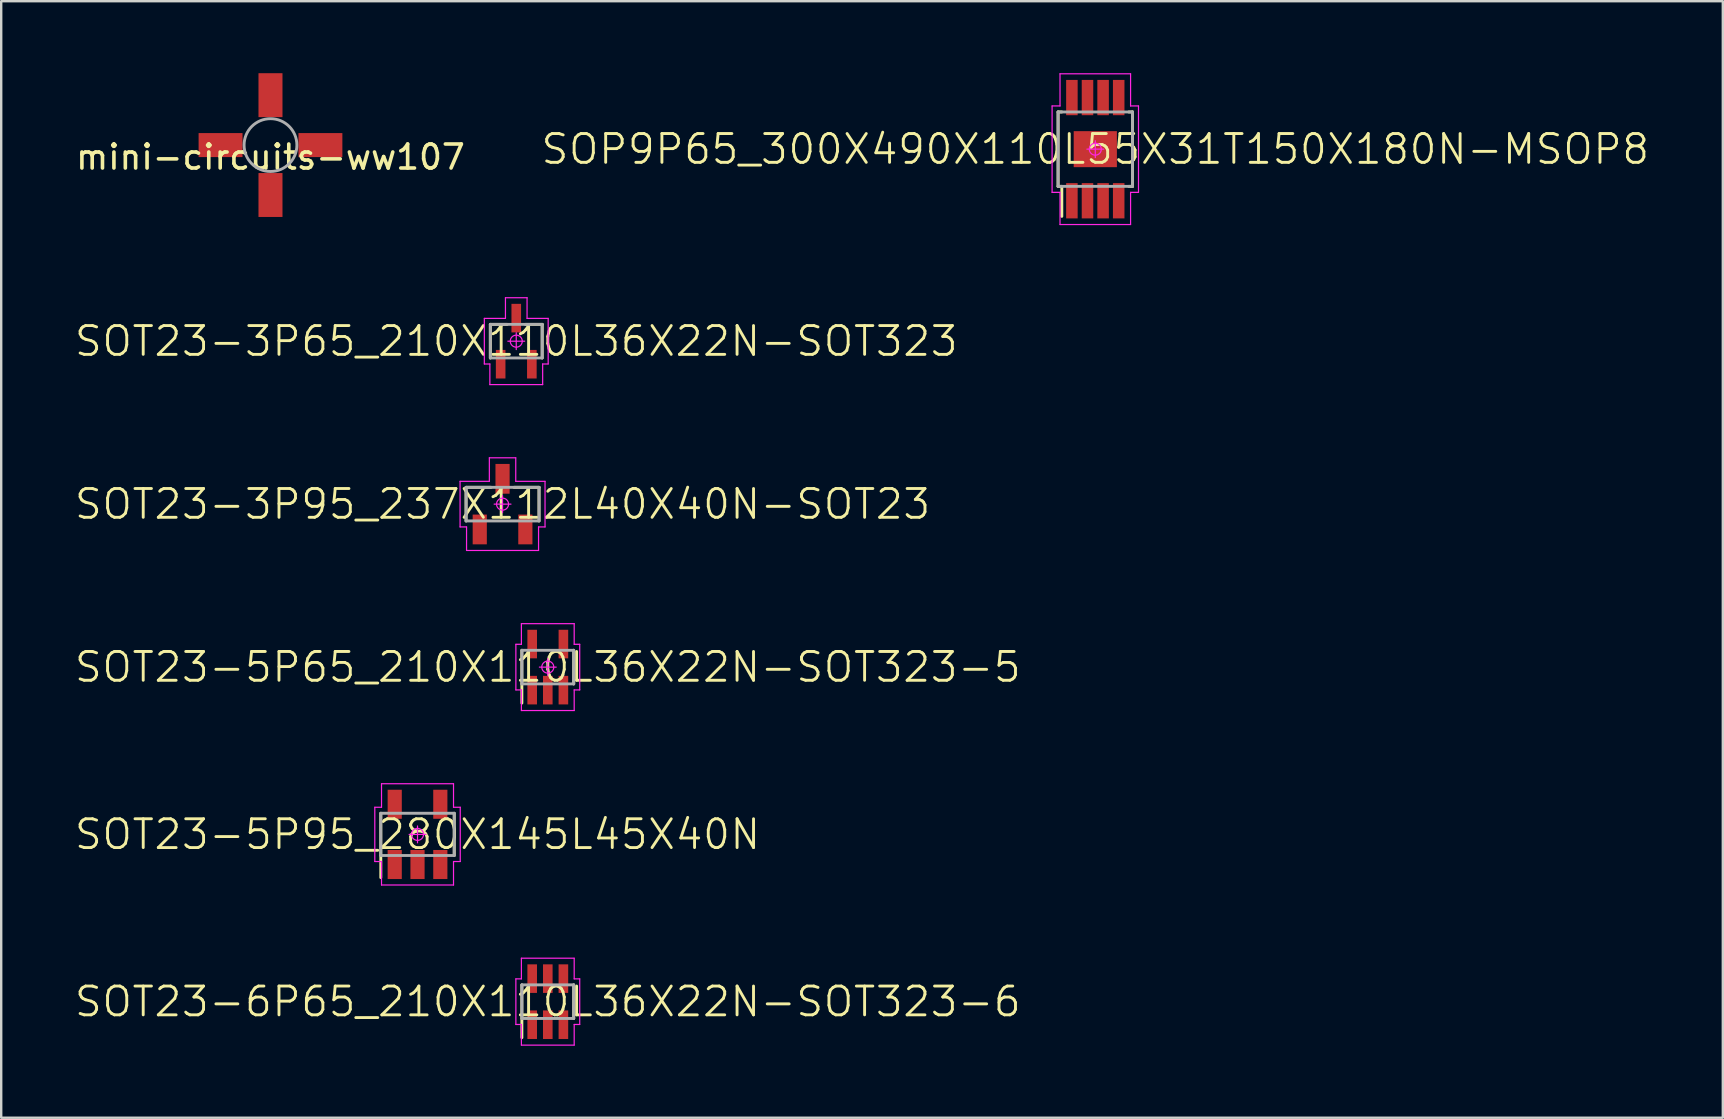
<source format=kicad_pcb>
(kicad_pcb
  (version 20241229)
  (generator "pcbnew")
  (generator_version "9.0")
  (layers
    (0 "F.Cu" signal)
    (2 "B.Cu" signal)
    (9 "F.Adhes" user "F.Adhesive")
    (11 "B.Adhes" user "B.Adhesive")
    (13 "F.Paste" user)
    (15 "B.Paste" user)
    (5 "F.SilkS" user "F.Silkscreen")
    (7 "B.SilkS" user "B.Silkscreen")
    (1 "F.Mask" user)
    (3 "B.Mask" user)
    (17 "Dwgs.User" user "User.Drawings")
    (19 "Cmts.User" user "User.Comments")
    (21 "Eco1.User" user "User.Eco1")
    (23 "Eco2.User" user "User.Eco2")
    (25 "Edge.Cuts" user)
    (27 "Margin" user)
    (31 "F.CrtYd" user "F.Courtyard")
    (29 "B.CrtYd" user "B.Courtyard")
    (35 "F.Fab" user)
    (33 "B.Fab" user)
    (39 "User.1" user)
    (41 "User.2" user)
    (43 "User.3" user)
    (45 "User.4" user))
  (footprint "SOT23-3P95_237X112L40X40N-SOT23"
    (layer "F.Cu")
    (at 17.889 17.955)
    (property "Reference" "SOT23-3P95_237X112L40X40N-SOT23" (at 0 0 0) (layer "F.SilkS") (effects (font (size 1.2 1.2) (thickness 0.12))))
    (attr smd)
    (fp_line (start -1.52 -0.7) (end -0.475 -0.7) (stroke (width 0.12) (type solid)) (layer "F.SilkS"))
    (fp_line (start -1.52 0.7) (end -1.52 -0.7) (stroke (width 0.12) (type solid)) (layer "F.SilkS"))
    (fp_line (start 1.52 -0.7) (end 0.475 -0.7) (stroke (width 0.12) (type solid)) (layer "F.SilkS"))
    (fp_line (start 1.52 0.7) (end 1.52 -0.7) (stroke (width 0.12) (type solid)) (layer "F.SilkS"))
    (fp_line (start -1.77 -0.95) (end -1.77 0.95) (stroke (width 0.05) (type solid)) (layer "F.CrtYd"))
    (fp_line (start -1.77 0.95) (end -1.5 0.95) (stroke (width 0.05) (type solid)) (layer "F.CrtYd"))
    (fp_line (start -1.5 0.95) (end -1.5 1.93) (stroke (width 0.05) (type solid)) (layer "F.CrtYd"))
    (fp_line (start -1.5 1.93) (end 1.5 1.93) (stroke (width 0.05) (type solid)) (layer "F.CrtYd"))
    (fp_line (start -0.55 -1.93) (end -0.55 -0.95) (stroke (width 0.05) (type solid)) (layer "F.CrtYd"))
    (fp_line (start -0.55 -0.95) (end -1.77 -0.95) (stroke (width 0.05) (type solid)) (layer "F.CrtYd"))
    (fp_line (start -0.35 0) (end 0.35 0) (stroke (width 0.05) (type solid)) (layer "F.CrtYd"))
    (fp_line (start 0 -0.35) (end 0 0.35) (stroke (width 0.05) (type solid)) (layer "F.CrtYd"))
    (fp_line (start 0.55 -1.93) (end -0.55 -1.93) (stroke (width 0.05) (type solid)) (layer "F.CrtYd"))
    (fp_line (start 0.55 -0.95) (end 0.55 -1.93) (stroke (width 0.05) (type solid)) (layer "F.CrtYd"))
    (fp_line (start 1.5 0.95) (end 1.77 0.95) (stroke (width 0.05) (type solid)) (layer "F.CrtYd"))
    (fp_line (start 1.5 1.93) (end 1.5 0.95) (stroke (width 0.05) (type solid)) (layer "F.CrtYd"))
    (fp_line (start 1.77 -0.95) (end 0.55 -0.95) (stroke (width 0.05) (type solid)) (layer "F.CrtYd"))
    (fp_line (start 1.77 0.95) (end 1.77 -0.95) (stroke (width 0.05) (type solid)) (layer "F.CrtYd"))
    (fp_circle (center 0 0) (end 0 0.25) (stroke (width 0.05) (type solid)) (fill no) (layer "F.CrtYd"))
    (fp_line (start -1.52 -0.7) (end 1.52 -0.7) (stroke (width 0.12) (type solid)) (layer "F.Fab"))
    (fp_line (start -1.52 0.7) (end -1.52 -0.7) (stroke (width 0.12) (type solid)) (layer "F.Fab"))
    (fp_line (start 1.52 -0.7) (end 1.52 0.7) (stroke (width 0.12) (type solid)) (layer "F.Fab"))
    (fp_line (start 1.52 0.7) (end -1.52 0.7) (stroke (width 0.12) (type solid)) (layer "F.Fab"))
    (pad "1" smd rect (at -0.95 1.055 90) (size 1.24 0.59) (layers "F.Cu" "F.Mask" "F.Paste"))
    (pad "2" smd rect (at 0.95 1.055 90) (size 1.24 0.59) (layers "F.Cu" "F.Mask" "F.Paste"))
    (pad "3" smd rect (at 0 -1.055 90) (size 1.24 0.59) (layers "F.Cu" "F.Mask" "F.Paste")))
  (footprint "mini-circuits-ww107"
    (layer "F.Cu")
    (at 8.22 2.995)
    (property "Reference" "mini-circuits-ww107" (at 0 0.5 0) (layer "F.SilkS") (effects (font (size 1 1) (thickness 0.15))))
    (attr through_hole)
    (fp_circle (center 0 0) (end 1.1 0) (stroke (width 0.12) (type solid)) (fill no) (layer "F.Fab"))
    (pad "1" smd rect (at -2.08 0) (size 1.83 1) (layers "F.Cu" "F.Mask" "F.Paste"))
    (pad "2" smd rect (at 0 2.08 90) (size 1.83 1) (layers "F.Cu" "F.Mask" "F.Paste"))
    (pad "3" smd rect (at 2.08 0 180) (size 1.83 1) (layers "F.Cu" "F.Mask" "F.Paste"))
    (pad "4" smd rect (at 0 -2.08 270) (size 1.83 1) (layers "F.Cu" "F.Mask" "F.Paste")))
  (footprint "SOT23-5P65_210X110L36X22N-SOT323-5"
    (layer "F.Cu")
    (at 19.774 24.745)
    (property "Reference" "SOT23-5P65_210X110L36X22N-SOT323-5" (at 0 0 0) (layer "F.SilkS") (effects (font (size 1.2 1.2) (thickness 0.12))))
    (attr smd)
    (fp_line (start -1.08 1.5) (end -1.08 -0.7) (stroke (width 0.12) (type solid)) (layer "F.SilkS"))
    (fp_line (start 1.08 0.7) (end 1.08 -0.7) (stroke (width 0.12) (type solid)) (layer "F.SilkS"))
    (fp_line (start -1.33 -0.95) (end -1.33 0.95) (stroke (width 0.05) (type solid)) (layer "F.CrtYd"))
    (fp_line (start -1.33 0.95) (end -1.1 0.95) (stroke (width 0.05) (type solid)) (layer "F.CrtYd"))
    (fp_line (start -1.1 -1.81) (end -1.1 -0.95) (stroke (width 0.05) (type solid)) (layer "F.CrtYd"))
    (fp_line (start -1.1 -0.95) (end -1.33 -0.95) (stroke (width 0.05) (type solid)) (layer "F.CrtYd"))
    (fp_line (start -1.1 0.95) (end -1.1 1.81) (stroke (width 0.05) (type solid)) (layer "F.CrtYd"))
    (fp_line (start -1.1 1.81) (end 1.1 1.81) (stroke (width 0.05) (type solid)) (layer "F.CrtYd"))
    (fp_line (start -0.35 0) (end 0.35 0) (stroke (width 0.05) (type solid)) (layer "F.CrtYd"))
    (fp_line (start 0 -0.35) (end 0 0.35) (stroke (width 0.05) (type solid)) (layer "F.CrtYd"))
    (fp_line (start 1.1 -1.81) (end -1.1 -1.81) (stroke (width 0.05) (type solid)) (layer "F.CrtYd"))
    (fp_line (start 1.1 -0.95) (end 1.1 -1.81) (stroke (width 0.05) (type solid)) (layer "F.CrtYd"))
    (fp_line (start 1.1 0.95) (end 1.33 0.95) (stroke (width 0.05) (type solid)) (layer "F.CrtYd"))
    (fp_line (start 1.1 1.81) (end 1.1 0.95) (stroke (width 0.05) (type solid)) (layer "F.CrtYd"))
    (fp_line (start 1.33 -0.95) (end 1.1 -0.95) (stroke (width 0.05) (type solid)) (layer "F.CrtYd"))
    (fp_line (start 1.33 0.95) (end 1.33 -0.95) (stroke (width 0.05) (type solid)) (layer "F.CrtYd"))
    (fp_circle (center 0 0) (end 0 0.25) (stroke (width 0.05) (type solid)) (fill no) (layer "F.CrtYd"))
    (fp_line (start -1.08 -0.7) (end 1.08 -0.7) (stroke (width 0.12) (type solid)) (layer "F.Fab"))
    (fp_line (start -1.08 0.7) (end -1.08 -0.7) (stroke (width 0.12) (type solid)) (layer "F.Fab"))
    (fp_line (start 1.08 -0.7) (end 1.08 0.7) (stroke (width 0.12) (type solid)) (layer "F.Fab"))
    (fp_line (start 1.08 0.7) (end -1.08 0.7) (stroke (width 0.12) (type solid)) (layer "F.Fab"))
    (pad "1" smd rect (at -0.65 0.96 90) (size 1.19 0.4) (layers "F.Cu" "F.Mask" "F.Paste"))
    (pad "2" smd rect (at 0 0.96 90) (size 1.19 0.4) (layers "F.Cu" "F.Mask" "F.Paste"))
    (pad "3" smd rect (at 0.65 0.96 90) (size 1.19 0.4) (layers "F.Cu" "F.Mask" "F.Paste"))
    (pad "4" smd rect (at 0.65 -0.96 90) (size 1.19 0.4) (layers "F.Cu" "F.Mask" "F.Paste"))
    (pad "5" smd rect (at -0.65 -0.96 90) (size 1.19 0.4) (layers "F.Cu" "F.Mask" "F.Paste")))
  (footprint "SOT23-6P65_210X110L36X22N-SOT323-6"
    (layer "F.Cu")
    (at 19.774 38.685)
    (property "Reference" "SOT23-6P65_210X110L36X22N-SOT323-6" (at 0 0 0) (layer "F.SilkS") (effects (font (size 1.2 1.2) (thickness 0.12))))
    (attr smd)
    (fp_line (start -1.08 1.5) (end -1.08 -0.7) (stroke (width 0.12) (type solid)) (layer "F.SilkS"))
    (fp_line (start 1.08 0.7) (end 1.08 -0.7) (stroke (width 0.12) (type solid)) (layer "F.SilkS"))
    (fp_line (start -1.33 -0.95) (end -1.33 0.95) (stroke (width 0.05) (type solid)) (layer "F.CrtYd"))
    (fp_line (start -1.33 0.95) (end -1.1 0.95) (stroke (width 0.05) (type solid)) (layer "F.CrtYd"))
    (fp_line (start -1.1 -1.81) (end -1.1 -0.95) (stroke (width 0.05) (type solid)) (layer "F.CrtYd"))
    (fp_line (start -1.1 -0.95) (end -1.33 -0.95) (stroke (width 0.05) (type solid)) (layer "F.CrtYd"))
    (fp_line (start -1.1 0.95) (end -1.1 1.81) (stroke (width 0.05) (type solid)) (layer "F.CrtYd"))
    (fp_line (start -1.1 1.81) (end 1.1 1.81) (stroke (width 0.05) (type solid)) (layer "F.CrtYd"))
    (fp_line (start 1.1 -1.81) (end -1.1 -1.81) (stroke (width 0.05) (type solid)) (layer "F.CrtYd"))
    (fp_line (start 1.1 -0.95) (end 1.1 -1.81) (stroke (width 0.05) (type solid)) (layer "F.CrtYd"))
    (fp_line (start 1.1 0.95) (end 1.33 0.95) (stroke (width 0.05) (type solid)) (layer "F.CrtYd"))
    (fp_line (start 1.1 1.81) (end 1.1 0.95) (stroke (width 0.05) (type solid)) (layer "F.CrtYd"))
    (fp_line (start 1.33 -0.95) (end 1.1 -0.95) (stroke (width 0.05) (type solid)) (layer "F.CrtYd"))
    (fp_line (start 1.33 0.95) (end 1.33 -0.95) (stroke (width 0.05) (type solid)) (layer "F.CrtYd"))
    (fp_line (start -1.08 -0.7) (end 1.08 -0.7) (stroke (width 0.12) (type solid)) (layer "F.Fab"))
    (fp_line (start -1.08 0.7) (end -1.08 -0.7) (stroke (width 0.12) (type solid)) (layer "F.Fab"))
    (fp_line (start 1.08 -0.7) (end 1.08 0.7) (stroke (width 0.12) (type solid)) (layer "F.Fab"))
    (fp_line (start 1.08 0.7) (end -1.08 0.7) (stroke (width 0.12) (type solid)) (layer "F.Fab"))
    (pad "1" smd rect (at -0.65 0.96 90) (size 1.19 0.4) (layers "F.Cu" "F.Mask" "F.Paste"))
    (pad "2" smd rect (at 0 0.96 90) (size 1.19 0.4) (layers "F.Cu" "F.Mask" "F.Paste"))
    (pad "3" smd rect (at 0.65 0.96 90) (size 1.19 0.4) (layers "F.Cu" "F.Mask" "F.Paste"))
    (pad "4" smd rect (at 0.65 -0.96 90) (size 1.19 0.4) (layers "F.Cu" "F.Mask" "F.Paste"))
    (pad "5" smd rect (at 0 -0.96 90) (size 1.19 0.4) (layers "F.Cu" "F.Mask" "F.Paste"))
    (pad "6" smd rect (at -0.65 -0.96 90) (size 1.19 0.4) (layers "F.Cu" "F.Mask" "F.Paste")))
  (footprint "SOP9P65_300X490X110L55X31T150X180N-MSOP8"
    (layer "F.Cu")
    (at 42.586 3.165)
    (property "Reference" "SOP9P65_300X490X110L55X31T150X180N-MSOP8" (at 0 0 0) (layer "F.SilkS") (effects (font (size 1.2 1.2) (thickness 0.12))))
    (attr smd)
    (fp_line (start -1.55 -1.55) (end -1.395 -1.55) (stroke (width 0.12) (type solid)) (layer "F.SilkS"))
    (fp_line (start -1.55 1.55) (end -1.55 -1.55) (stroke (width 0.12) (type solid)) (layer "F.SilkS"))
    (fp_line (start -1.395 1.55) (end -1.55 1.55) (stroke (width 0.12) (type solid)) (layer "F.SilkS"))
    (fp_line (start -1.395 1.55) (end -1.395 2.8) (stroke (width 0.12) (type solid)) (layer "F.SilkS"))
    (fp_line (start 1.395 1.55) (end 1.55 1.55) (stroke (width 0.12) (type solid)) (layer "F.SilkS"))
    (fp_line (start 1.55 -1.55) (end 1.395 -1.55) (stroke (width 0.12) (type solid)) (layer "F.SilkS"))
    (fp_line (start 1.55 1.55) (end 1.55 -1.55) (stroke (width 0.12) (type solid)) (layer "F.SilkS"))
    (fp_line (start -1.8 -1.8) (end -1.8 1.8) (stroke (width 0.05) (type solid)) (layer "F.CrtYd"))
    (fp_line (start -1.8 1.8) (end -1.47 1.8) (stroke (width 0.05) (type solid)) (layer "F.CrtYd"))
    (fp_line (start -1.47 -3.14) (end -1.47 -1.8) (stroke (width 0.05) (type solid)) (layer "F.CrtYd"))
    (fp_line (start -1.47 -1.8) (end -1.8 -1.8) (stroke (width 0.05) (type solid)) (layer "F.CrtYd"))
    (fp_line (start -1.47 1.8) (end -1.47 3.14) (stroke (width 0.05) (type solid)) (layer "F.CrtYd"))
    (fp_line (start -1.47 3.14) (end 1.47 3.14) (stroke (width 0.05) (type solid)) (layer "F.CrtYd"))
    (fp_line (start -0.35 0) (end 0.35 0) (stroke (width 0.05) (type solid)) (layer "F.CrtYd"))
    (fp_line (start 0 -0.35) (end 0 0.35) (stroke (width 0.05) (type solid)) (layer "F.CrtYd"))
    (fp_line (start 1.47 -3.14) (end -1.47 -3.14) (stroke (width 0.05) (type solid)) (layer "F.CrtYd"))
    (fp_line (start 1.47 -1.8) (end 1.47 -3.14) (stroke (width 0.05) (type solid)) (layer "F.CrtYd"))
    (fp_line (start 1.47 1.8) (end 1.8 1.8) (stroke (width 0.05) (type solid)) (layer "F.CrtYd"))
    (fp_line (start 1.47 3.14) (end 1.47 1.8) (stroke (width 0.05) (type solid)) (layer "F.CrtYd"))
    (fp_line (start 1.8 -1.8) (end 1.47 -1.8) (stroke (width 0.05) (type solid)) (layer "F.CrtYd"))
    (fp_line (start 1.8 1.8) (end 1.8 -1.8) (stroke (width 0.05) (type solid)) (layer "F.CrtYd"))
    (fp_circle (center 0 0) (end 0 0.25) (stroke (width 0.05) (type solid)) (fill no) (layer "F.CrtYd"))
    (fp_line (start -1.55 -1.55) (end 1.55 -1.55) (stroke (width 0.12) (type solid)) (layer "F.Fab"))
    (fp_line (start -1.55 1.55) (end -1.55 -1.55) (stroke (width 0.12) (type solid)) (layer "F.Fab"))
    (fp_line (start 1.55 -1.55) (end 1.55 1.55) (stroke (width 0.12) (type solid)) (layer "F.Fab"))
    (fp_line (start 1.55 1.55) (end -1.55 1.55) (stroke (width 0.12) (type solid)) (layer "F.Fab"))
    (pad "1" smd rect (at -0.975 2.15 90) (size 1.47 0.48) (layers "F.Cu" "F.Mask" "F.Paste"))
    (pad "2" smd rect (at -0.325 2.15 90) (size 1.47 0.48) (layers "F.Cu" "F.Mask" "F.Paste"))
    (pad "3" smd rect (at 0.325 2.15 90) (size 1.47 0.48) (layers "F.Cu" "F.Mask" "F.Paste"))
    (pad "4" smd rect (at 0.975 2.15 90) (size 1.47 0.48) (layers "F.Cu" "F.Mask" "F.Paste"))
    (pad "5" smd rect (at 0.975 -2.15 90) (size 1.47 0.48) (layers "F.Cu" "F.Mask" "F.Paste"))
    (pad "6" smd rect (at 0.325 -2.15 90) (size 1.47 0.48) (layers "F.Cu" "F.Mask" "F.Paste"))
    (pad "7" smd rect (at -0.325 -2.15 90) (size 1.47 0.48) (layers "F.Cu" "F.Mask" "F.Paste"))
    (pad "8" smd rect (at -0.975 -2.15 90) (size 1.47 0.48) (layers "F.Cu" "F.Mask" "F.Paste"))
    (pad "9" smd rect (at 0 0 90) (size 1.5 1.8) (layers "F.Cu" "F.Mask")))
  (footprint "SOT23-3P65_210X110L36X22N-SOT323"
    (layer "F.Cu")
    (at 18.46 11.165)
    (property "Reference" "SOT23-3P65_210X110L36X22N-SOT323" (at 0 0 0) (layer "F.SilkS") (effects (font (size 1.2 1.2) (thickness 0.12))))
    (attr smd)
    (fp_line (start -1.08 -0.7) (end -0.38 -0.7) (stroke (width 0.12) (type solid)) (layer "F.SilkS"))
    (fp_line (start -1.08 0.7) (end -1.08 -0.7) (stroke (width 0.12) (type solid)) (layer "F.SilkS"))
    (fp_line (start 1.08 -0.7) (end 0.38 -0.7) (stroke (width 0.12) (type solid)) (layer "F.SilkS"))
    (fp_line (start 1.08 0.7) (end 1.08 -0.7) (stroke (width 0.12) (type solid)) (layer "F.SilkS"))
    (fp_line (start -1.33 -0.95) (end -1.33 0.95) (stroke (width 0.05) (type solid)) (layer "F.CrtYd"))
    (fp_line (start -1.33 0.95) (end -1.1 0.95) (stroke (width 0.05) (type solid)) (layer "F.CrtYd"))
    (fp_line (start -1.1 0.95) (end -1.1 1.81) (stroke (width 0.05) (type solid)) (layer "F.CrtYd"))
    (fp_line (start -1.1 1.81) (end 1.1 1.81) (stroke (width 0.05) (type solid)) (layer "F.CrtYd"))
    (fp_line (start -0.45 -1.81) (end -0.45 -0.95) (stroke (width 0.05) (type solid)) (layer "F.CrtYd"))
    (fp_line (start -0.45 -0.95) (end -1.33 -0.95) (stroke (width 0.05) (type solid)) (layer "F.CrtYd"))
    (fp_line (start -0.35 0) (end 0.35 0) (stroke (width 0.05) (type solid)) (layer "F.CrtYd"))
    (fp_line (start 0 -0.35) (end 0 0.35) (stroke (width 0.05) (type solid)) (layer "F.CrtYd"))
    (fp_line (start 0.45 -1.81) (end -0.45 -1.81) (stroke (width 0.05) (type solid)) (layer "F.CrtYd"))
    (fp_line (start 0.45 -0.95) (end 0.45 -1.81) (stroke (width 0.05) (type solid)) (layer "F.CrtYd"))
    (fp_line (start 1.1 0.95) (end 1.33 0.95) (stroke (width 0.05) (type solid)) (layer "F.CrtYd"))
    (fp_line (start 1.1 1.81) (end 1.1 0.95) (stroke (width 0.05) (type solid)) (layer "F.CrtYd"))
    (fp_line (start 1.33 -0.95) (end 0.45 -0.95) (stroke (width 0.05) (type solid)) (layer "F.CrtYd"))
    (fp_line (start 1.33 0.95) (end 1.33 -0.95) (stroke (width 0.05) (type solid)) (layer "F.CrtYd"))
    (fp_circle (center 0 0) (end 0 0.25) (stroke (width 0.05) (type solid)) (fill no) (layer "F.CrtYd"))
    (fp_line (start -1.08 -0.7) (end 1.08 -0.7) (stroke (width 0.12) (type solid)) (layer "F.Fab"))
    (fp_line (start -1.08 0.7) (end -1.08 -0.7) (stroke (width 0.12) (type solid)) (layer "F.Fab"))
    (fp_line (start 1.08 -0.7) (end 1.08 0.7) (stroke (width 0.12) (type solid)) (layer "F.Fab"))
    (fp_line (start 1.08 0.7) (end -1.08 0.7) (stroke (width 0.12) (type solid)) (layer "F.Fab"))
    (pad "1" smd rect (at -0.65 0.96 90) (size 1.19 0.4) (layers "F.Cu" "F.Mask" "F.Paste"))
    (pad "2" smd rect (at 0.65 0.96 90) (size 1.19 0.4) (layers "F.Cu" "F.Mask" "F.Paste"))
    (pad "3" smd rect (at 0 -0.96 90) (size 1.19 0.4) (layers "F.Cu" "F.Mask" "F.Paste")))
  (footprint "SOT23-5P95_280X145L45X40N"
    (layer "F.Cu")
    (at 14.346 31.715)
    (property "Reference" "SOT23-5P95_280X145L45X40N" (at 0 0 0) (layer "F.SilkS") (effects (font (size 1.2 1.2) (thickness 0.12))))
    (attr smd)
    (fp_line (start -1.53 1.8) (end -1.53 -0.88) (stroke (width 0.12) (type solid)) (layer "F.SilkS"))
    (fp_line (start 1.53 0.88) (end 1.53 -0.88) (stroke (width 0.12) (type solid)) (layer "F.SilkS"))
    (fp_line (start -1.78 -1.13) (end -1.78 1.13) (stroke (width 0.05) (type solid)) (layer "F.CrtYd"))
    (fp_line (start -1.78 1.13) (end -1.5 1.13) (stroke (width 0.05) (type solid)) (layer "F.CrtYd"))
    (fp_line (start -1.5 -2.11) (end -1.5 -1.13) (stroke (width 0.05) (type solid)) (layer "F.CrtYd"))
    (fp_line (start -1.5 -1.13) (end -1.78 -1.13) (stroke (width 0.05) (type solid)) (layer "F.CrtYd"))
    (fp_line (start -1.5 1.13) (end -1.5 2.11) (stroke (width 0.05) (type solid)) (layer "F.CrtYd"))
    (fp_line (start -1.5 2.11) (end 1.5 2.11) (stroke (width 0.05) (type solid)) (layer "F.CrtYd"))
    (fp_line (start -0.35 0) (end 0.35 0) (stroke (width 0.05) (type solid)) (layer "F.CrtYd"))
    (fp_line (start 0 -0.35) (end 0 0.35) (stroke (width 0.05) (type solid)) (layer "F.CrtYd"))
    (fp_line (start 1.5 -2.11) (end -1.5 -2.11) (stroke (width 0.05) (type solid)) (layer "F.CrtYd"))
    (fp_line (start 1.5 -1.13) (end 1.5 -2.11) (stroke (width 0.05) (type solid)) (layer "F.CrtYd"))
    (fp_line (start 1.5 1.13) (end 1.78 1.13) (stroke (width 0.05) (type solid)) (layer "F.CrtYd"))
    (fp_line (start 1.5 2.11) (end 1.5 1.13) (stroke (width 0.05) (type solid)) (layer "F.CrtYd"))
    (fp_line (start 1.78 -1.13) (end 1.5 -1.13) (stroke (width 0.05) (type solid)) (layer "F.CrtYd"))
    (fp_line (start 1.78 1.13) (end 1.78 -1.13) (stroke (width 0.05) (type solid)) (layer "F.CrtYd"))
    (fp_circle (center 0 0) (end 0 0.25) (stroke (width 0.05) (type solid)) (fill no) (layer "F.CrtYd"))
    (fp_line (start -1.53 -0.88) (end 1.53 -0.88) (stroke (width 0.12) (type solid)) (layer "F.Fab"))
    (fp_line (start -1.53 0.88) (end -1.53 -0.88) (stroke (width 0.12) (type solid)) (layer "F.Fab"))
    (fp_line (start 1.53 -0.88) (end 1.53 0.88) (stroke (width 0.12) (type solid)) (layer "F.Fab"))
    (fp_line (start 1.53 0.88) (end -1.53 0.88) (stroke (width 0.12) (type solid)) (layer "F.Fab"))
    (pad "1" smd rect (at -0.95 1.255 90) (size 1.21 0.59) (layers "F.Cu" "F.Mask" "F.Paste"))
    (pad "2" smd rect (at 0 1.255 90) (size 1.21 0.59) (layers "F.Cu" "F.Mask" "F.Paste"))
    (pad "3" smd rect (at 0.95 1.255 90) (size 1.21 0.59) (layers "F.Cu" "F.Mask" "F.Paste"))
    (pad "4" smd rect (at 0.95 -1.255 90) (size 1.21 0.59) (layers "F.Cu" "F.Mask" "F.Paste"))
    (pad "5" smd rect (at -0.95 -1.255 90) (size 1.21 0.59) (layers "F.Cu" "F.Mask" "F.Paste")))
  (gr_rect
    (start -3 -3)
    (end 68.732 43.52)
    (stroke (width 0.1) (type default))
    (fill no)
    (layer "Edge.Cuts")))
</source>
